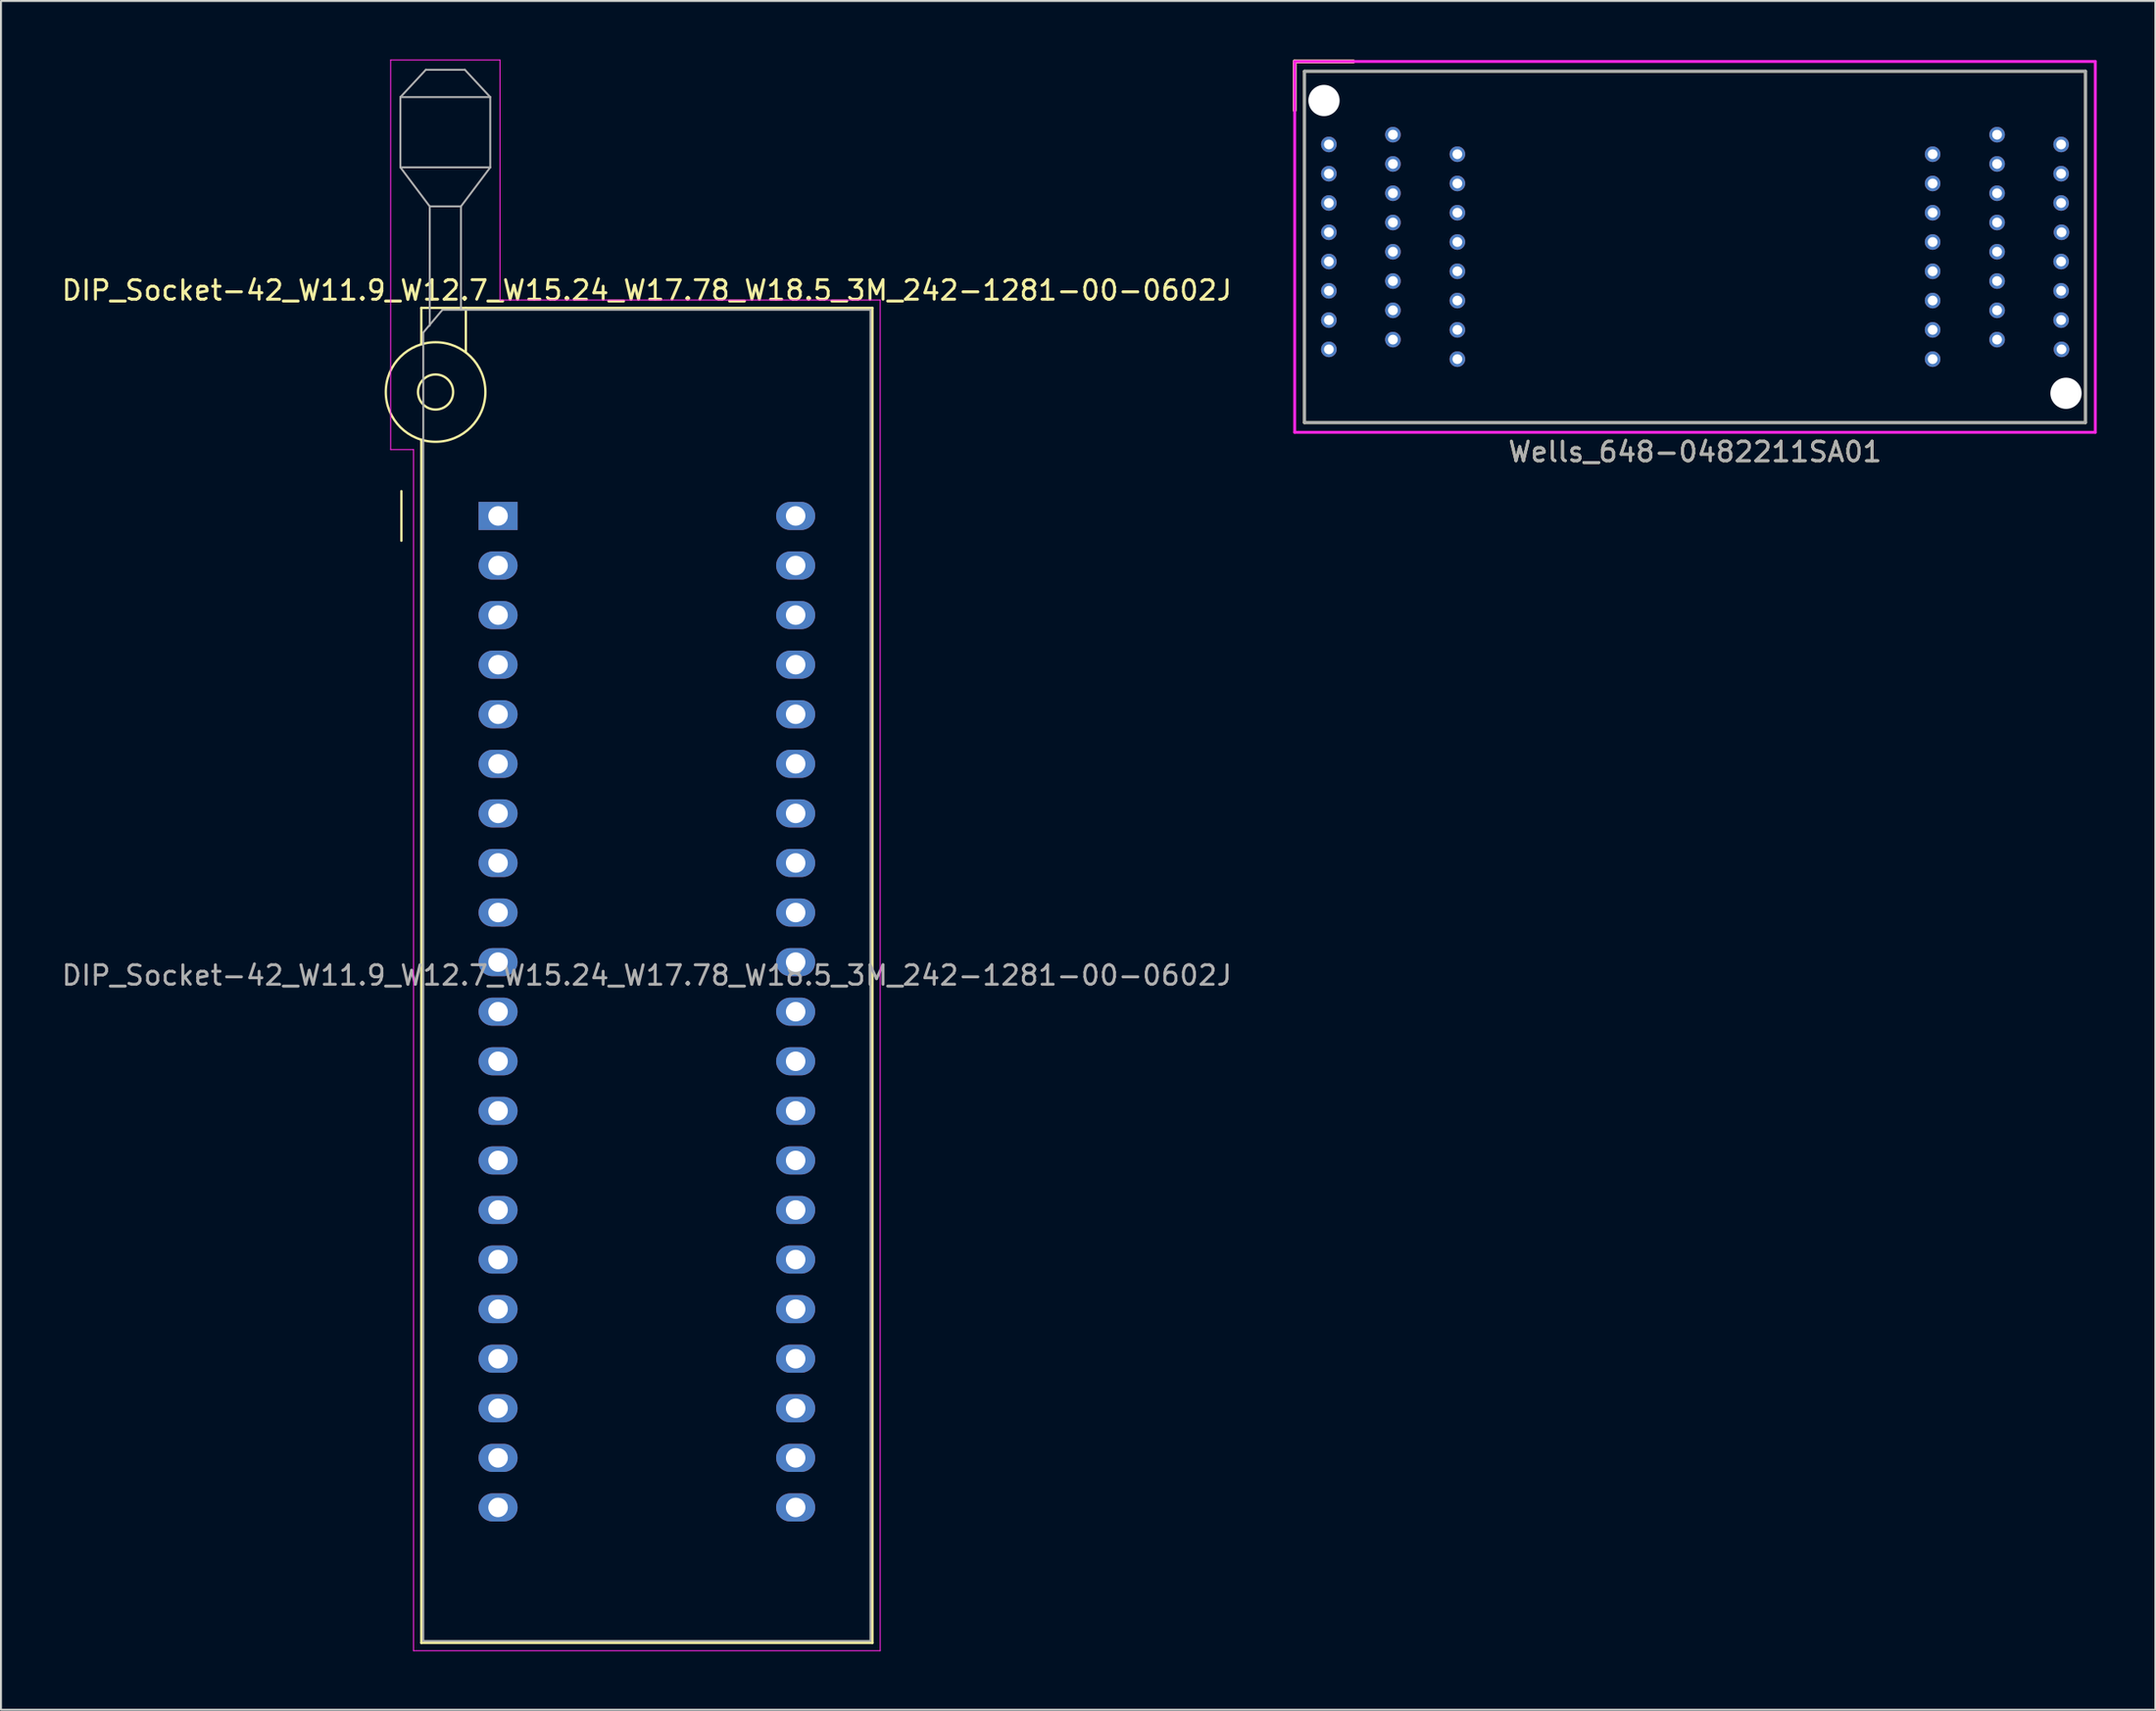
<source format=kicad_pcb>
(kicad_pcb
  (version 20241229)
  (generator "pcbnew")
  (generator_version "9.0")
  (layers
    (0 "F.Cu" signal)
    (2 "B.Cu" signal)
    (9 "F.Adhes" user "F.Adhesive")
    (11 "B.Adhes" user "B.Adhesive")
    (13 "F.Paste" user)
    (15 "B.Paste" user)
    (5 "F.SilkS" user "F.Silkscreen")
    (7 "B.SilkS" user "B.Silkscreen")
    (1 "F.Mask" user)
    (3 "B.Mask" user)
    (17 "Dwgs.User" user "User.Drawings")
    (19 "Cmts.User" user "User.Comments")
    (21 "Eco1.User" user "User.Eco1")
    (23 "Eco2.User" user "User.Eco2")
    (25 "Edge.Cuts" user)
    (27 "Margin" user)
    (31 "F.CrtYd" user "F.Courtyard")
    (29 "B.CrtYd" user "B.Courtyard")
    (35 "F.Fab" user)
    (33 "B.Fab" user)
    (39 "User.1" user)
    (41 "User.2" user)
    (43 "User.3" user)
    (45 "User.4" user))
  (footprint "DIP_Socket-42_W11.9_W12.7_W15.24_W17.78_W18.5_3M_242-1281-00-0602J"
    (layer "F.Cu")
    (at 22.457 23.385)
    (property "Reference" "DIP_Socket-42_W11.9_W12.7_W15.24_W17.78_W18.5_3M_242-1281-00-0602J" (at 7.62 -11.56 0) (layer "F.SilkS") (effects (font (size 1 1) (thickness 0.15))))
    (attr through_hole)
    (fp_line (start -4.95 1.27) (end -4.95 -1.27) (stroke (width 0.12) (type solid)) (layer "F.SilkS"))
    (fp_line (start -3.93 -10.66) (end -3.93 -8.8) (stroke (width 0.12) (type solid)) (layer "F.SilkS"))
    (fp_line (start -3.93 -3.9) (end -3.93 57.74) (stroke (width 0.12) (type solid)) (layer "F.SilkS"))
    (fp_line (start -3.93 57.74) (end 19.17 57.74) (stroke (width 0.12) (type solid)) (layer "F.SilkS"))
    (fp_line (start -1.65 -10.66) (end -1.65 -8.4) (stroke (width 0.12) (type solid)) (layer "F.SilkS"))
    (fp_line (start 19.17 -10.66) (end -3.93 -10.66) (stroke (width 0.12) (type solid)) (layer "F.SilkS"))
    (fp_line (start 19.17 57.74) (end 19.17 -10.66) (stroke (width 0.12) (type solid)) (layer "F.SilkS"))
    (fp_circle (center -3.2 -6.35) (end -2.3 -6.35) (stroke (width 0.12) (type solid)) (fill no) (layer "F.SilkS"))
    (fp_circle (center -3.2 -6.35) (end -0.65 -6.35) (stroke (width 0.12) (type solid)) (fill no) (layer "F.SilkS"))
    (fp_line (start -5.5 -23.36) (end 0.1 -23.36) (stroke (width 0.05) (type solid)) (layer "F.CrtYd"))
    (fp_line (start -5.5 -3.4) (end -5.5 -23.36) (stroke (width 0.05) (type solid)) (layer "F.CrtYd"))
    (fp_line (start -4.33 -3.4) (end -5.5 -3.4) (stroke (width 0.05) (type solid)) (layer "F.CrtYd"))
    (fp_line (start -4.33 58.14) (end -4.33 -3.4) (stroke (width 0.05) (type solid)) (layer "F.CrtYd"))
    (fp_line (start 0.1 -23.36) (end 0.1 -11.06) (stroke (width 0.05) (type solid)) (layer "F.CrtYd"))
    (fp_line (start 0.1 -11.06) (end 19.57 -11.06) (stroke (width 0.05) (type solid)) (layer "F.CrtYd"))
    (fp_line (start 19.57 -11.06) (end 19.57 58.14) (stroke (width 0.05) (type solid)) (layer "F.CrtYd"))
    (fp_line (start 19.57 58.14) (end -4.33 58.14) (stroke (width 0.05) (type solid)) (layer "F.CrtYd"))
    (fp_line (start -5 -21.46) (end -5 -17.86) (stroke (width 0.1) (type solid)) (layer "F.Fab"))
    (fp_line (start -5 -21.46) (end -3.7 -22.86) (stroke (width 0.1) (type solid)) (layer "F.Fab"))
    (fp_line (start -5 -17.86) (end -3.5 -15.86) (stroke (width 0.1) (type solid)) (layer "F.Fab"))
    (fp_line (start -5 -17.86) (end -0.4 -17.86) (stroke (width 0.1) (type solid)) (layer "F.Fab"))
    (fp_line (start -3.83 -9.4) (end -2.85 -10.56) (stroke (width 0.1) (type solid)) (layer "F.Fab"))
    (fp_line (start -3.83 57.64) (end -3.83 -9.4) (stroke (width 0.1) (type solid)) (layer "F.Fab"))
    (fp_line (start -3.7 -22.86) (end -1.7 -22.86) (stroke (width 0.1) (type solid)) (layer "F.Fab"))
    (fp_line (start -3.5 -15.86) (end -1.9 -15.86) (stroke (width 0.1) (type solid)) (layer "F.Fab"))
    (fp_line (start -3.5 -9.75) (end -3.5 -15.86) (stroke (width 0.1) (type solid)) (layer "F.Fab"))
    (fp_line (start -2.85 -10.56) (end 19.07 -10.56) (stroke (width 0.1) (type solid)) (layer "F.Fab"))
    (fp_line (start -1.9 -15.86) (end -1.9 -10.56) (stroke (width 0.1) (type solid)) (layer "F.Fab"))
    (fp_line (start -1.7 -22.86) (end -0.4 -21.46) (stroke (width 0.1) (type solid)) (layer "F.Fab"))
    (fp_line (start -0.4 -21.46) (end -5 -21.46) (stroke (width 0.1) (type solid)) (layer "F.Fab"))
    (fp_line (start -0.4 -17.86) (end -1.9 -15.86) (stroke (width 0.1) (type solid)) (layer "F.Fab"))
    (fp_line (start -0.4 -17.86) (end -0.4 -21.46) (stroke (width 0.1) (type solid)) (layer "F.Fab"))
    (fp_line (start 19.07 -10.56) (end 19.07 57.64) (stroke (width 0.1) (type solid)) (layer "F.Fab"))
    (fp_line (start 19.07 57.64) (end -3.83 57.64) (stroke (width 0.1) (type solid)) (layer "F.Fab"))
    (fp_text user "${REFERENCE}" (at 7.62 23.54 0) (layer "F.Fab") (effects (font (size 1 1) (thickness 0.15))))
    (pad "1" thru_hole rect (at 0 0) (size 2 1.44) (drill 1) (layers "*.Cu" "*.Mask"))
    (pad "2" thru_hole oval (at 0 2.54) (size 2 1.44) (drill 1) (layers "*.Cu" "*.Mask"))
    (pad "3" thru_hole oval (at 0 5.08) (size 2 1.44) (drill 1) (layers "*.Cu" "*.Mask"))
    (pad "4" thru_hole oval (at 0 7.62) (size 2 1.44) (drill 1) (layers "*.Cu" "*.Mask"))
    (pad "5" thru_hole oval (at 0 10.16) (size 2 1.44) (drill 1) (layers "*.Cu" "*.Mask"))
    (pad "6" thru_hole oval (at 0 12.7) (size 2 1.44) (drill 1) (layers "*.Cu" "*.Mask"))
    (pad "7" thru_hole oval (at 0 15.24) (size 2 1.44) (drill 1) (layers "*.Cu" "*.Mask"))
    (pad "8" thru_hole oval (at 0 17.78) (size 2 1.44) (drill 1) (layers "*.Cu" "*.Mask"))
    (pad "9" thru_hole oval (at 0 20.32) (size 2 1.44) (drill 1) (layers "*.Cu" "*.Mask"))
    (pad "10" thru_hole oval (at 0 22.86) (size 2 1.44) (drill 1) (layers "*.Cu" "*.Mask"))
    (pad "11" thru_hole oval (at 0 25.4) (size 2 1.44) (drill 1) (layers "*.Cu" "*.Mask"))
    (pad "12" thru_hole oval (at 0 27.94) (size 2 1.44) (drill 1) (layers "*.Cu" "*.Mask"))
    (pad "13" thru_hole oval (at 0 30.48) (size 2 1.44) (drill 1) (layers "*.Cu" "*.Mask"))
    (pad "14" thru_hole oval (at 0 33.02) (size 2 1.44) (drill 1) (layers "*.Cu" "*.Mask"))
    (pad "15" thru_hole oval (at 0 35.56) (size 2 1.44) (drill 1) (layers "*.Cu" "*.Mask"))
    (pad "16" thru_hole oval (at 0 38.1) (size 2 1.44) (drill 1) (layers "*.Cu" "*.Mask"))
    (pad "17" thru_hole oval (at 0 40.64) (size 2 1.44) (drill 1) (layers "*.Cu" "*.Mask"))
    (pad "18" thru_hole oval (at 0 43.18) (size 2 1.44) (drill 1) (layers "*.Cu" "*.Mask"))
    (pad "19" thru_hole oval (at 0 45.72) (size 2 1.44) (drill 1) (layers "*.Cu" "*.Mask"))
    (pad "20" thru_hole oval (at 0 48.26) (size 2 1.44) (drill 1) (layers "*.Cu" "*.Mask"))
    (pad "21" thru_hole oval (at 0 50.8) (size 2 1.44) (drill 1) (layers "*.Cu" "*.Mask"))
    (pad "22" thru_hole oval (at 15.24 50.8) (size 2 1.44) (drill 1) (layers "*.Cu" "*.Mask"))
    (pad "23" thru_hole oval (at 15.24 48.26) (size 2 1.44) (drill 1) (layers "*.Cu" "*.Mask"))
    (pad "24" thru_hole oval (at 15.24 45.72) (size 2 1.44) (drill 1) (layers "*.Cu" "*.Mask"))
    (pad "25" thru_hole oval (at 15.24 43.18) (size 2 1.44) (drill 1) (layers "*.Cu" "*.Mask"))
    (pad "26" thru_hole oval (at 15.24 40.64) (size 2 1.44) (drill 1) (layers "*.Cu" "*.Mask"))
    (pad "27" thru_hole oval (at 15.24 38.1) (size 2 1.44) (drill 1) (layers "*.Cu" "*.Mask"))
    (pad "28" thru_hole oval (at 15.24 35.56) (size 2 1.44) (drill 1) (layers "*.Cu" "*.Mask"))
    (pad "29" thru_hole oval (at 15.24 33.02) (size 2 1.44) (drill 1) (layers "*.Cu" "*.Mask"))
    (pad "30" thru_hole oval (at 15.24 30.48) (size 2 1.44) (drill 1) (layers "*.Cu" "*.Mask"))
    (pad "31" thru_hole oval (at 15.24 27.94) (size 2 1.44) (drill 1) (layers "*.Cu" "*.Mask"))
    (pad "32" thru_hole oval (at 15.24 25.4) (size 2 1.44) (drill 1) (layers "*.Cu" "*.Mask"))
    (pad "33" thru_hole oval (at 15.24 22.86) (size 2 1.44) (drill 1) (layers "*.Cu" "*.Mask"))
    (pad "34" thru_hole oval (at 15.24 20.32) (size 2 1.44) (drill 1) (layers "*.Cu" "*.Mask"))
    (pad "35" thru_hole oval (at 15.24 17.78) (size 2 1.44) (drill 1) (layers "*.Cu" "*.Mask"))
    (pad "36" thru_hole oval (at 15.24 15.24) (size 2 1.44) (drill 1) (layers "*.Cu" "*.Mask"))
    (pad "37" thru_hole oval (at 15.24 12.7) (size 2 1.44) (drill 1) (layers "*.Cu" "*.Mask"))
    (pad "38" thru_hole oval (at 15.24 10.16) (size 2 1.44) (drill 1) (layers "*.Cu" "*.Mask"))
    (pad "39" thru_hole oval (at 15.24 7.62) (size 2 1.44) (drill 1) (layers "*.Cu" "*.Mask"))
    (pad "40" thru_hole oval (at 15.24 5.08) (size 2 1.44) (drill 1) (layers "*.Cu" "*.Mask"))
    (pad "41" thru_hole oval (at 15.24 2.54) (size 2 1.44) (drill 1) (layers "*.Cu" "*.Mask"))
    (pad "42" thru_hole oval (at 15.24 0) (size 2 1.44) (drill 1) (layers "*.Cu" "*.Mask")))
  (footprint "Wells_648-0482211SA01"
    (layer "F.Cu")
    (at 83.755 9.6)
    (property "Reference" "Wells_648-0482211SA01" (at 0 10.5 0) (layer "F.SilkS") (effects (font (size 1 1) (thickness 0.15))))
    (attr through_hole)
    (fp_line (start -20.5 -9.5) (end -20.5 -7) (stroke (width 0.2) (type solid)) (layer "F.SilkS"))
    (fp_line (start -20.5 -9.5) (end -17.5 -9.5) (stroke (width 0.2) (type solid)) (layer "F.SilkS"))
    (fp_line (start -20 -9) (end -20 9) (stroke (width 0.15) (type solid)) (layer "F.SilkS"))
    (fp_line (start -20 9) (end 20 9) (stroke (width 0.15) (type solid)) (layer "F.SilkS"))
    (fp_line (start 20 -9) (end -20 -9) (stroke (width 0.15) (type solid)) (layer "F.SilkS"))
    (fp_line (start 20 9) (end 20 -9) (stroke (width 0.15) (type solid)) (layer "F.SilkS"))
    (fp_line (start -20.5 -9.5) (end -20.5 9.5) (stroke (width 0.15) (type solid)) (layer "F.CrtYd"))
    (fp_line (start -20.5 9.5) (end 20.5 9.5) (stroke (width 0.15) (type solid)) (layer "F.CrtYd"))
    (fp_line (start 20.5 -9.5) (end -20.5 -9.5) (stroke (width 0.15) (type solid)) (layer "F.CrtYd"))
    (fp_line (start 20.5 9.5) (end 20.5 -9.5) (stroke (width 0.15) (type solid)) (layer "F.CrtYd"))
    (fp_line (start -20 -9) (end 20 -9) (stroke (width 0.15) (type solid)) (layer "F.Fab"))
    (fp_line (start -20 9) (end -20 -9) (stroke (width 0.15) (type solid)) (layer "F.Fab"))
    (fp_line (start -20 9) (end 20 9) (stroke (width 0.15) (type solid)) (layer "F.Fab"))
    (fp_line (start 20 9) (end 20 -9) (stroke (width 0.15) (type solid)) (layer "F.Fab"))
    (fp_text user "${REFERENCE}" (at 0 10.5 0) (layer "F.Fab") (effects (font (size 1 1) (thickness 0.15))))
    (pad "" np_thru_hole circle (at -19 -7.5) (size 1.6 1.6) (drill 1.6) (layers "*.Cu" "*.Mask"))
    (pad "" np_thru_hole circle (at 19 7.5) (size 1.6 1.6) (drill 1.6) (layers "*.Cu" "*.Mask"))
    (pad "1" thru_hole circle (at -15.47 -5.75) (size 0.8 0.8) (drill 0.5) (layers "*.Cu" "*.Mask"))
    (pad "2" thru_hole circle (at -18.75 -5.25) (size 0.8 0.8) (drill 0.5) (layers "*.Cu" "*.Mask"))
    (pad "3" thru_hole circle (at -12.17 -4.75) (size 0.8 0.8) (drill 0.5) (layers "*.Cu" "*.Mask"))
    (pad "4" thru_hole circle (at -15.47 -4.25) (size 0.8 0.8) (drill 0.5) (layers "*.Cu" "*.Mask"))
    (pad "5" thru_hole circle (at -18.75 -3.75) (size 0.8 0.8) (drill 0.5) (layers "*.Cu" "*.Mask"))
    (pad "6" thru_hole circle (at -12.17 -3.25) (size 0.8 0.8) (drill 0.5) (layers "*.Cu" "*.Mask"))
    (pad "7" thru_hole circle (at -15.47 -2.75) (size 0.8 0.8) (drill 0.5) (layers "*.Cu" "*.Mask"))
    (pad "8" thru_hole circle (at -18.75 -2.25) (size 0.8 0.8) (drill 0.5) (layers "*.Cu" "*.Mask"))
    (pad "9" thru_hole circle (at -12.17 -1.75) (size 0.8 0.8) (drill 0.5) (layers "*.Cu" "*.Mask"))
    (pad "10" thru_hole circle (at -15.47 -1.25) (size 0.8 0.8) (drill 0.5) (layers "*.Cu" "*.Mask"))
    (pad "11" thru_hole circle (at -18.75 -0.75) (size 0.8 0.8) (drill 0.5) (layers "*.Cu" "*.Mask"))
    (pad "12" thru_hole circle (at -12.17 -0.25) (size 0.8 0.8) (drill 0.5) (layers "*.Cu" "*.Mask"))
    (pad "13" thru_hole circle (at -15.47 0.25) (size 0.8 0.8) (drill 0.5) (layers "*.Cu" "*.Mask"))
    (pad "14" thru_hole circle (at -18.75 0.75) (size 0.8 0.8) (drill 0.5) (layers "*.Cu" "*.Mask"))
    (pad "15" thru_hole circle (at -12.17 1.25) (size 0.8 0.8) (drill 0.5) (layers "*.Cu" "*.Mask"))
    (pad "16" thru_hole circle (at -15.47 1.75) (size 0.8 0.8) (drill 0.5) (layers "*.Cu" "*.Mask"))
    (pad "17" thru_hole circle (at -18.75 2.25) (size 0.8 0.8) (drill 0.5) (layers "*.Cu" "*.Mask"))
    (pad "18" thru_hole circle (at -12.17 2.75) (size 0.8 0.8) (drill 0.5) (layers "*.Cu" "*.Mask"))
    (pad "19" thru_hole circle (at -15.47 3.25) (size 0.8 0.8) (drill 0.5) (layers "*.Cu" "*.Mask"))
    (pad "20" thru_hole circle (at -18.75 3.75) (size 0.8 0.8) (drill 0.5) (layers "*.Cu" "*.Mask"))
    (pad "21" thru_hole circle (at -12.17 4.25) (size 0.8 0.8) (drill 0.5) (layers "*.Cu" "*.Mask"))
    (pad "22" thru_hole circle (at -15.47 4.75) (size 0.8 0.8) (drill 0.5) (layers "*.Cu" "*.Mask"))
    (pad "23" thru_hole circle (at -18.75 5.25) (size 0.8 0.8) (drill 0.5) (layers "*.Cu" "*.Mask"))
    (pad "24" thru_hole circle (at -12.17 5.75) (size 0.8 0.8) (drill 0.5) (layers "*.Cu" "*.Mask"))
    (pad "25" thru_hole circle (at 12.17 5.75) (size 0.8 0.8) (drill 0.5) (layers "*.Cu" "*.Mask"))
    (pad "26" thru_hole circle (at 18.77 5.25) (size 0.8 0.8) (drill 0.5) (layers "*.Cu" "*.Mask"))
    (pad "27" thru_hole circle (at 15.47 4.75) (size 0.8 0.8) (drill 0.5) (layers "*.Cu" "*.Mask"))
    (pad "28" thru_hole circle (at 12.17 4.25) (size 0.8 0.8) (drill 0.5) (layers "*.Cu" "*.Mask"))
    (pad "29" thru_hole circle (at 18.75 3.75) (size 0.8 0.8) (drill 0.5) (layers "*.Cu" "*.Mask"))
    (pad "30" thru_hole circle (at 15.47 3.25) (size 0.8 0.8) (drill 0.5) (layers "*.Cu" "*.Mask"))
    (pad "31" thru_hole circle (at 12.17 2.75) (size 0.8 0.8) (drill 0.5) (layers "*.Cu" "*.Mask"))
    (pad "32" thru_hole circle (at 18.75 2.25) (size 0.8 0.8) (drill 0.5) (layers "*.Cu" "*.Mask"))
    (pad "33" thru_hole circle (at 15.47 1.75) (size 0.8 0.8) (drill 0.5) (layers "*.Cu" "*.Mask"))
    (pad "34" thru_hole circle (at 12.17 1.25) (size 0.8 0.8) (drill 0.5) (layers "*.Cu" "*.Mask"))
    (pad "35" thru_hole circle (at 18.75 0.75) (size 0.8 0.8) (drill 0.5) (layers "*.Cu" "*.Mask"))
    (pad "36" thru_hole circle (at 15.47 0.25) (size 0.8 0.8) (drill 0.5) (layers "*.Cu" "*.Mask"))
    (pad "37" thru_hole circle (at 12.17 -0.25) (size 0.8 0.8) (drill 0.5) (layers "*.Cu" "*.Mask"))
    (pad "38" thru_hole circle (at 18.77 -0.75) (size 0.8 0.8) (drill 0.5) (layers "*.Cu" "*.Mask"))
    (pad "39" thru_hole circle (at 15.47 -1.25) (size 0.8 0.8) (drill 0.5) (layers "*.Cu" "*.Mask"))
    (pad "40" thru_hole circle (at 12.17 -1.75) (size 0.8 0.8) (drill 0.5) (layers "*.Cu" "*.Mask"))
    (pad "41" thru_hole circle (at 18.75 -2.25) (size 0.8 0.8) (drill 0.5) (layers "*.Cu" "*.Mask"))
    (pad "42" thru_hole circle (at 15.47 -2.75) (size 0.8 0.8) (drill 0.5) (layers "*.Cu" "*.Mask"))
    (pad "43" thru_hole circle (at 12.17 -3.25) (size 0.8 0.8) (drill 0.5) (layers "*.Cu" "*.Mask"))
    (pad "44" thru_hole circle (at 18.75 -3.75) (size 0.8 0.8) (drill 0.5) (layers "*.Cu" "*.Mask"))
    (pad "45" thru_hole circle (at 15.47 -4.25) (size 0.8 0.8) (drill 0.5) (layers "*.Cu" "*.Mask"))
    (pad "46" thru_hole circle (at 12.17 -4.75) (size 0.8 0.8) (drill 0.5) (layers "*.Cu" "*.Mask"))
    (pad "47" thru_hole circle (at 18.75 -5.25) (size 0.8 0.8) (drill 0.5) (layers "*.Cu" "*.Mask"))
    (pad "48" thru_hole circle (at 15.47 -5.75) (size 0.8 0.8) (drill 0.5) (layers "*.Cu" "*.Mask")))
  (gr_rect
    (start -3 -3)
    (end 107.33 84.55)
    (stroke (width 0.1) (type default))
    (fill no)
    (layer "Edge.Cuts")))
</source>
